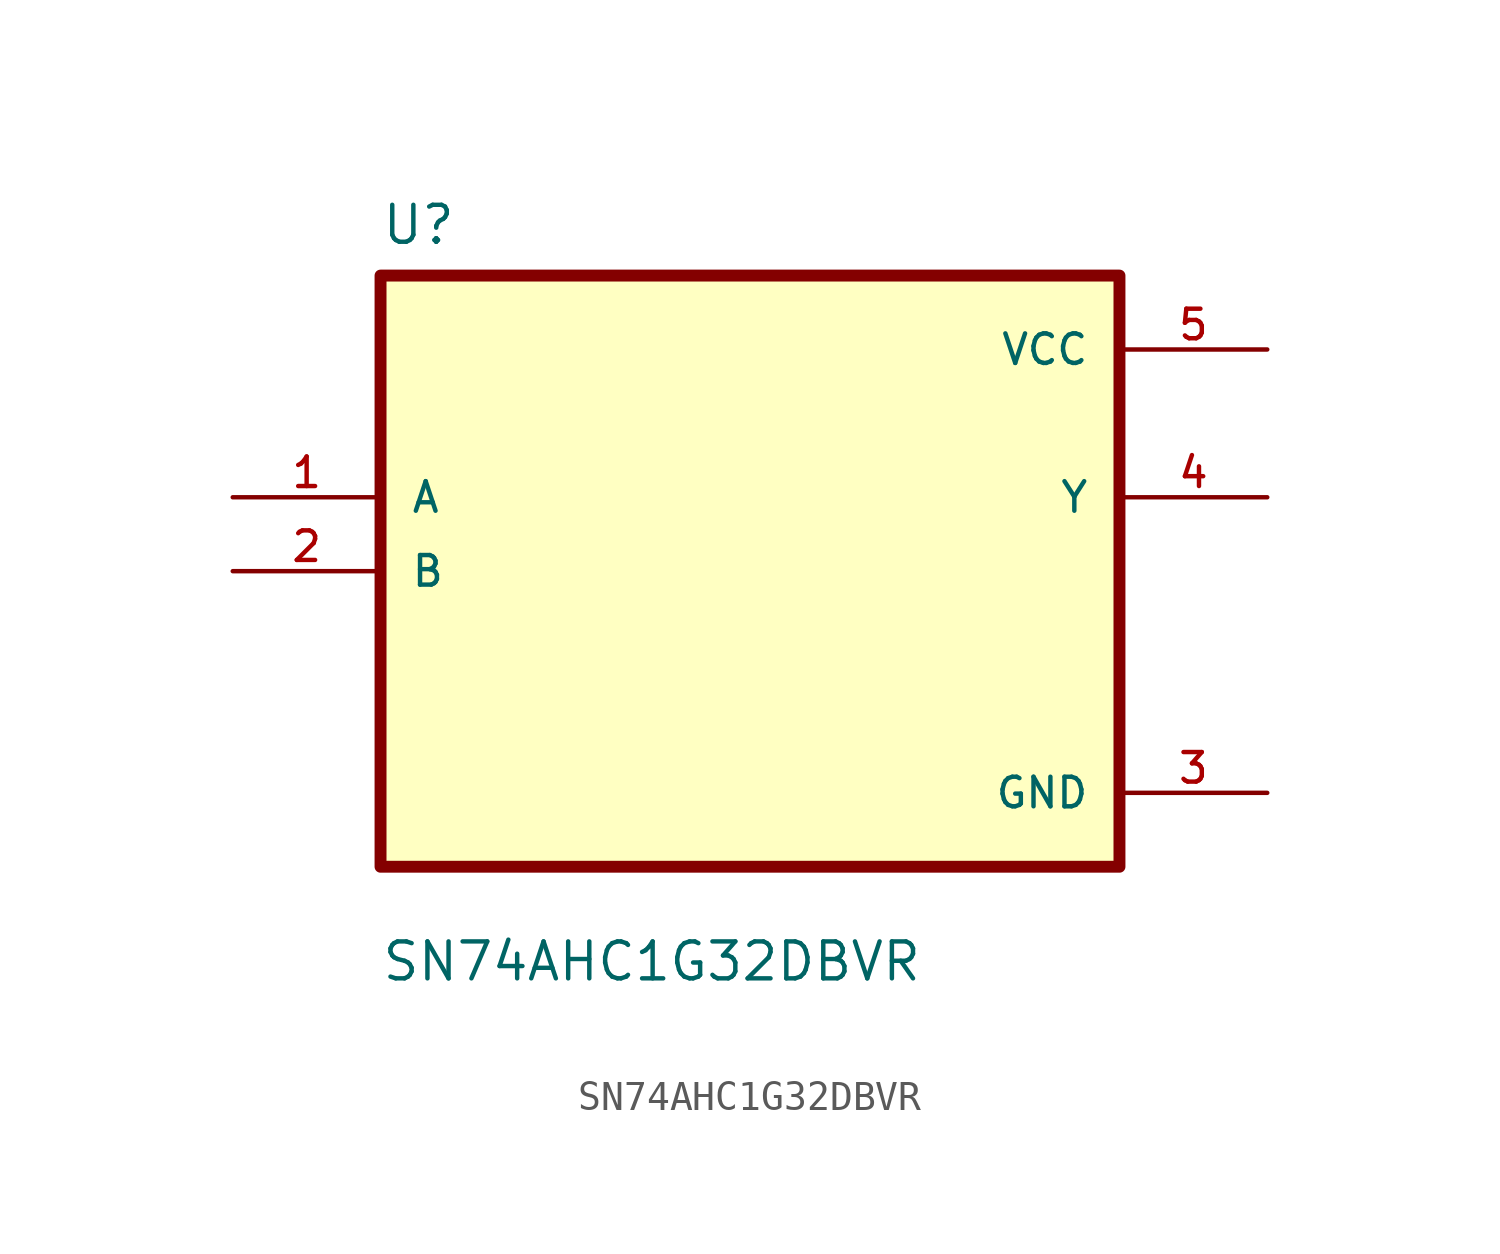
<source format=kicad_sym>
(kicad_symbol_lib
  (version 20220914)
  (generator kicad_symbol_editor)
  (symbol "SN74AHC1G32DBVR"
    (pin_names
      (offset 1.016))
    (property "Reference" "U"
      (at -12.7 11.16 0)
      (effects (font (size 1.27 1.27)) (justify left bottom)))
    (property "Value" "SN74AHC1G32DBVR"
      (at -12.7 -14.16 0)
      (effects (font (size 1.27 1.27)) (justify left bottom)))
    (symbol "SN74AHC1G32DBVR_0_0"
      (rectangle (start -12.7 10.16) (end 12.7 -10.16) (stroke (width 0.41) (type default)) (fill (type background)))
      (pin input line (at -17.78 2.54 0) (length 5.08) (name "A" (effects (font (size 1.016 1.016)))) (number "1" (effects (font (size 1.016 1.016)))))
      (pin input line (at -17.78 0 0) (length 5.08) (name "B" (effects (font (size 1.016 1.016)))) (number "2" (effects (font (size 1.016 1.016)))))
      (pin power_in line (at 17.78 -7.62 180) (length 5.08) (name "GND" (effects (font (size 1.016 1.016)))) (number "3" (effects (font (size 1.016 1.016)))))
      (pin output line (at 17.78 2.54 180) (length 5.08) (name "Y" (effects (font (size 1.016 1.016)))) (number "4" (effects (font (size 1.016 1.016)))))
      (pin power_in line (at 17.78 7.62 180) (length 5.08) (name "VCC" (effects (font (size 1.016 1.016)))) (number "5" (effects (font (size 1.016 1.016))))))))
</source>
